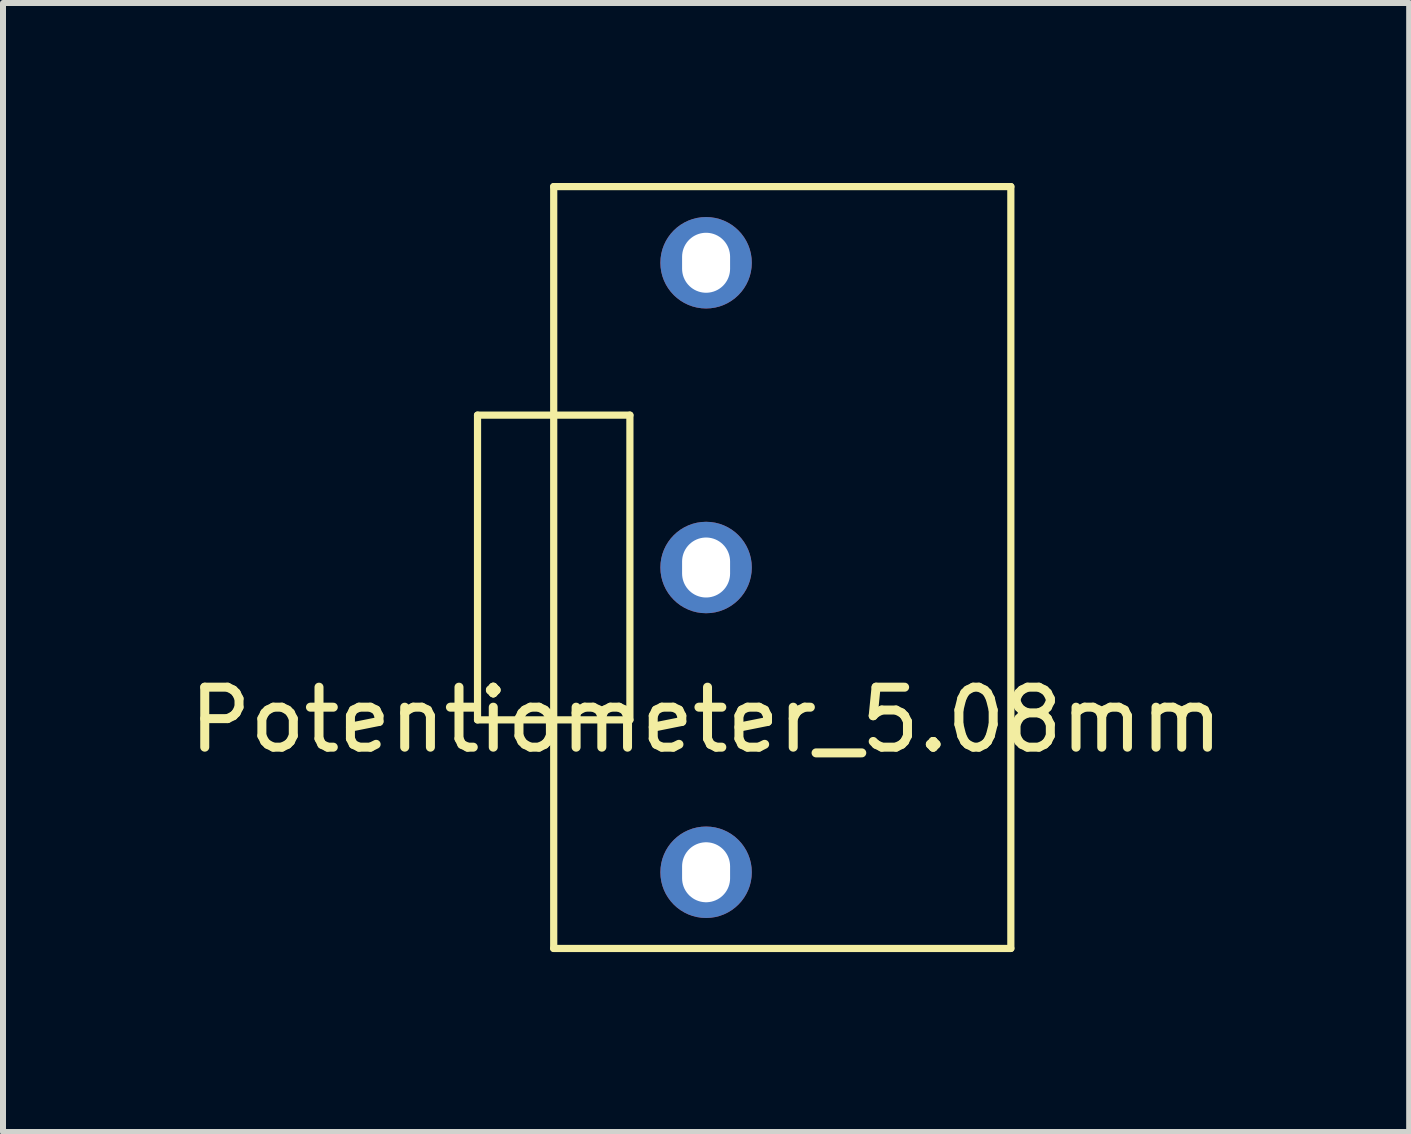
<source format=kicad_pcb>
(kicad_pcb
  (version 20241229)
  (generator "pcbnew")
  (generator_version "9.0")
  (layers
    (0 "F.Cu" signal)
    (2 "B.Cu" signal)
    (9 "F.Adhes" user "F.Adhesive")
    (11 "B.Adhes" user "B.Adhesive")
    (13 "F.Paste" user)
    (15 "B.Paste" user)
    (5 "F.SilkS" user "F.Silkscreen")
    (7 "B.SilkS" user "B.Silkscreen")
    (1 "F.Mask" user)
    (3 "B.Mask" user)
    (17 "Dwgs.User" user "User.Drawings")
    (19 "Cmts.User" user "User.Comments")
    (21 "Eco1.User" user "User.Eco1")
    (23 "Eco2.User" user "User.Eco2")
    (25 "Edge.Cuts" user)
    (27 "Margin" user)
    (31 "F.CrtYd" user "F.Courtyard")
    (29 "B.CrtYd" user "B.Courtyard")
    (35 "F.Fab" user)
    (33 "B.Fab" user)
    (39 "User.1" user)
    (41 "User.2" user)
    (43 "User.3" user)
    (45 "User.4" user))
  (footprint "Potentiometer_5.08mm"
    (layer "F.Cu")
    (at 8.72 6.41)
    (property "Reference" "Potentiometer_5.08mm" (at 0 2.54 0) (layer "F.SilkS") (effects (font (size 1 1) (thickness 0.15))))
    (attr through_hole)
    (fp_line (start -3.81 -2.54) (end -3.81 2.54) (stroke (width 0.12) (type solid)) (layer "F.SilkS"))
    (fp_line (start -3.81 2.54) (end -1.27 2.54) (stroke (width 0.12) (type solid)) (layer "F.SilkS"))
    (fp_line (start -2.54 -6.35) (end -2.54 6.35) (stroke (width 0.12) (type solid)) (layer "F.SilkS"))
    (fp_line (start -2.54 6.35) (end 5.08 6.35) (stroke (width 0.12) (type solid)) (layer "F.SilkS"))
    (fp_line (start -1.27 -2.54) (end -3.81 -2.54) (stroke (width 0.12) (type solid)) (layer "F.SilkS"))
    (fp_line (start -1.27 2.54) (end -1.27 -2.54) (stroke (width 0.12) (type solid)) (layer "F.SilkS"))
    (fp_line (start 5.08 -6.35) (end -2.54 -6.35) (stroke (width 0.12) (type solid)) (layer "F.SilkS"))
    (fp_line (start 5.08 6.35) (end 5.08 -6.35) (stroke (width 0.12) (type solid)) (layer "F.SilkS"))
    (pad "1" thru_hole circle (at 0 5.08) (size 1.524 1.524) (drill oval 0.8 1) (layers "*.Cu" "*.Mask"))
    (pad "2" thru_hole circle (at 0 0) (size 1.524 1.524) (drill oval 0.8 1) (layers "*.Cu" "*.Mask"))
    (pad "3" thru_hole circle (at 0 -5.08) (size 1.524 1.524) (drill oval 0.8 1) (layers "*.Cu" "*.Mask")))
  (gr_rect
    (start -3 -3)
    (end 20.44 15.82)
    (stroke (width 0.1) (type default))
    (fill no)
    (layer "Edge.Cuts")))
</source>
